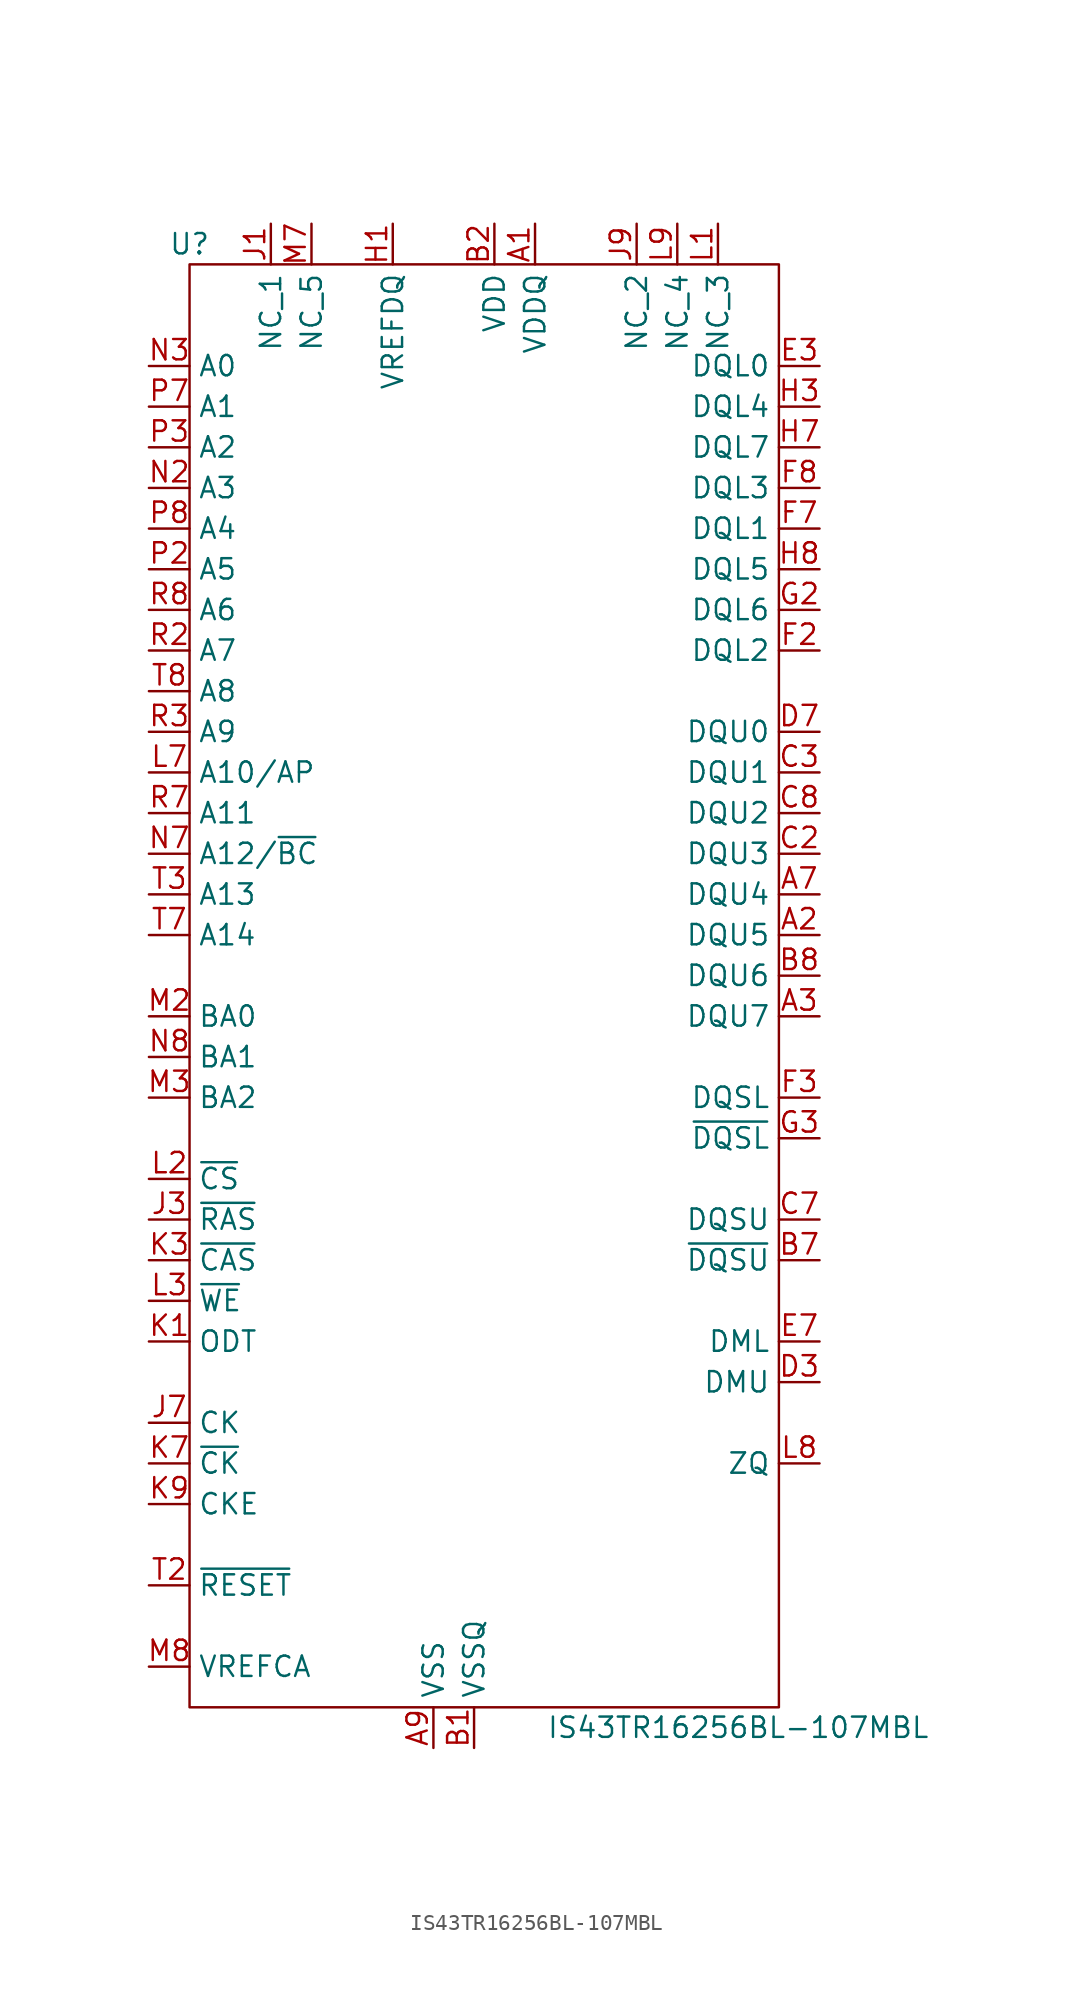
<source format=kicad_sym>
(kicad_symbol_lib
  (version 20211014)
  (generator kicad_symbol_editor)
  (symbol "IS43TR16256BL-107MBL"
    (property "Reference" "U"
      (at 2.54 8.89 0)
      (effects (font (size 1.27 1.27))))
    (property "Value" "IS43TR16256BL-107MBL"
      (at 36.83 -83.82 0)
      (effects (font (size 1.27 1.27))))
    (symbol "IS43TR16256BL-107MBL_0_0"
      (pin power_in line (at 24.13 10.16 270) (length 2.54) (name "VDDQ" (effects (font (size 1.27 1.27)))) (number "A1" (effects (font (size 1.27 1.27)))))
      (pin bidirectional line (at 41.91 -34.29 180) (length 2.54) (name "DQU5" (effects (font (size 1.27 1.27)))) (number "A2" (effects (font (size 1.27 1.27)))))
      (pin bidirectional line (at 41.91 -39.37 180) (length 2.54) (name "DQU7" (effects (font (size 1.27 1.27)))) (number "A3" (effects (font (size 1.27 1.27)))))
      (pin bidirectional line (at 41.91 -31.75 180) (length 2.54) (name "DQU4" (effects (font (size 1.27 1.27)))) (number "A7" (effects (font (size 1.27 1.27)))))
      (pin power_in line (at 24.13 10.16 270) (length 2.54) hide (name "VDDQ" (effects (font (size 1.27 1.27)))) (number "A8" (effects (font (size 1.27 1.27)))))
      (pin power_in line (at 17.78 -85.09 90) (length 2.54) (name "VSS" (effects (font (size 1.27 1.27)))) (number "A9" (effects (font (size 1.27 1.27)))))
      (pin power_in line (at 20.32 -85.09 90) (length 2.54) (name "VSSQ" (effects (font (size 1.27 1.27)))) (number "B1" (effects (font (size 1.27 1.27)))))
      (pin power_in line (at 21.59 10.16 270) (length 2.54) (name "VDD" (effects (font (size 1.27 1.27)))) (number "B2" (effects (font (size 1.27 1.27)))))
      (pin power_in line (at 17.78 -85.09 90) (length 2.54) hide (name "VSS" (effects (font (size 1.27 1.27)))) (number "B3" (effects (font (size 1.27 1.27)))))
      (pin passive line (at 41.91 -54.61 180) (length 2.54) (name "~{DQSU}" (effects (font (size 1.27 1.27)))) (number "B7" (effects (font (size 1.27 1.27)))))
      (pin bidirectional line (at 41.91 -36.83 180) (length 2.54) (name "DQU6" (effects (font (size 1.27 1.27)))) (number "B8" (effects (font (size 1.27 1.27)))))
      (pin power_in line (at 20.32 -85.09 90) (length 2.54) hide (name "VSSQ" (effects (font (size 1.27 1.27)))) (number "B9" (effects (font (size 1.27 1.27)))))
      (pin power_in line (at 24.13 10.16 270) (length 2.54) hide (name "VDDQ" (effects (font (size 1.27 1.27)))) (number "C1" (effects (font (size 1.27 1.27)))))
      (pin bidirectional line (at 41.91 -29.21 180) (length 2.54) (name "DQU3" (effects (font (size 1.27 1.27)))) (number "C2" (effects (font (size 1.27 1.27)))))
      (pin bidirectional line (at 41.91 -24.13 180) (length 2.54) (name "DQU1" (effects (font (size 1.27 1.27)))) (number "C3" (effects (font (size 1.27 1.27)))))
      (pin passive line (at 41.91 -52.07 180) (length 2.54) (name "DQSU" (effects (font (size 1.27 1.27)))) (number "C7" (effects (font (size 1.27 1.27)))))
      (pin bidirectional line (at 41.91 -26.67 180) (length 2.54) (name "DQU2" (effects (font (size 1.27 1.27)))) (number "C8" (effects (font (size 1.27 1.27)))))
      (pin power_in line (at 24.13 10.16 270) (length 2.54) hide (name "VDDQ" (effects (font (size 1.27 1.27)))) (number "C9" (effects (font (size 1.27 1.27)))))
      (pin power_in line (at 20.32 -85.09 90) (length 2.54) hide (name "VSSQ" (effects (font (size 1.27 1.27)))) (number "D1" (effects (font (size 1.27 1.27)))))
      (pin power_in line (at 24.13 10.16 270) (length 2.54) hide (name "VDDQ" (effects (font (size 1.27 1.27)))) (number "D2" (effects (font (size 1.27 1.27)))))
      (pin passive line (at 41.91 -62.23 180) (length 2.54) (name "DMU" (effects (font (size 1.27 1.27)))) (number "D3" (effects (font (size 1.27 1.27)))))
      (pin bidirectional line (at 41.91 -21.59 180) (length 2.54) (name "DQU0" (effects (font (size 1.27 1.27)))) (number "D7" (effects (font (size 1.27 1.27)))))
      (pin power_in line (at 20.32 -85.09 90) (length 2.54) hide (name "VSSQ" (effects (font (size 1.27 1.27)))) (number "D8" (effects (font (size 1.27 1.27)))))
      (pin power_in line (at 21.59 10.16 270) (length 2.54) hide (name "VDD" (effects (font (size 1.27 1.27)))) (number "D9" (effects (font (size 1.27 1.27)))))
      (pin power_in line (at 17.78 -85.09 90) (length 2.54) hide (name "VSS" (effects (font (size 1.27 1.27)))) (number "E1" (effects (font (size 1.27 1.27)))))
      (pin power_in line (at 20.32 -85.09 90) (length 2.54) hide (name "VSSQ" (effects (font (size 1.27 1.27)))) (number "E2" (effects (font (size 1.27 1.27)))))
      (pin bidirectional line (at 41.91 1.27 180) (length 2.54) (name "DQL0" (effects (font (size 1.27 1.27)))) (number "E3" (effects (font (size 1.27 1.27)))))
      (pin passive line (at 41.91 -59.69 180) (length 2.54) (name "DML" (effects (font (size 1.27 1.27)))) (number "E7" (effects (font (size 1.27 1.27)))))
      (pin power_in line (at 20.32 -85.09 90) (length 2.54) hide (name "VSSQ" (effects (font (size 1.27 1.27)))) (number "E8" (effects (font (size 1.27 1.27)))))
      (pin power_in line (at 24.13 10.16 270) (length 2.54) hide (name "VDDQ" (effects (font (size 1.27 1.27)))) (number "E9" (effects (font (size 1.27 1.27)))))
      (pin power_in line (at 24.13 10.16 270) (length 2.54) hide (name "VDDQ" (effects (font (size 1.27 1.27)))) (number "F1" (effects (font (size 1.27 1.27)))))
      (pin bidirectional line (at 41.91 -16.51 180) (length 2.54) (name "DQL2" (effects (font (size 1.27 1.27)))) (number "F2" (effects (font (size 1.27 1.27)))))
      (pin passive line (at 41.91 -44.45 180) (length 2.54) (name "DQSL" (effects (font (size 1.27 1.27)))) (number "F3" (effects (font (size 1.27 1.27)))))
      (pin bidirectional line (at 41.91 -8.89 180) (length 2.54) (name "DQL1" (effects (font (size 1.27 1.27)))) (number "F7" (effects (font (size 1.27 1.27)))))
      (pin bidirectional line (at 41.91 -6.35 180) (length 2.54) (name "DQL3" (effects (font (size 1.27 1.27)))) (number "F8" (effects (font (size 1.27 1.27)))))
      (pin power_in line (at 20.32 -85.09 90) (length 2.54) hide (name "VSSQ" (effects (font (size 1.27 1.27)))) (number "F9" (effects (font (size 1.27 1.27)))))
      (pin power_in line (at 20.32 -85.09 90) (length 2.54) hide (name "VSSQ" (effects (font (size 1.27 1.27)))) (number "G1" (effects (font (size 1.27 1.27)))))
      (pin bidirectional line (at 41.91 -13.97 180) (length 2.54) (name "DQL6" (effects (font (size 1.27 1.27)))) (number "G2" (effects (font (size 1.27 1.27)))))
      (pin passive line (at 41.91 -46.99 180) (length 2.54) (name "~{DQSL}" (effects (font (size 1.27 1.27)))) (number "G3" (effects (font (size 1.27 1.27)))))
      (pin power_in line (at 21.59 10.16 270) (length 2.54) hide (name "VDD" (effects (font (size 1.27 1.27)))) (number "G7" (effects (font (size 1.27 1.27)))))
      (pin power_in line (at 17.78 -85.09 90) (length 2.54) hide (name "VSS" (effects (font (size 1.27 1.27)))) (number "G8" (effects (font (size 1.27 1.27)))))
      (pin power_in line (at 20.32 -85.09 90) (length 2.54) hide (name "VSSQ" (effects (font (size 1.27 1.27)))) (number "G9" (effects (font (size 1.27 1.27)))))
      (pin passive line (at 15.24 10.16 270) (length 2.54) (name "VREFDQ" (effects (font (size 1.27 1.27)))) (number "H1" (effects (font (size 1.27 1.27)))))
      (pin power_in line (at 24.13 10.16 270) (length 2.54) hide (name "VDDQ" (effects (font (size 1.27 1.27)))) (number "H2" (effects (font (size 1.27 1.27)))))
      (pin bidirectional line (at 41.91 -1.27 180) (length 2.54) (name "DQL4" (effects (font (size 1.27 1.27)))) (number "H3" (effects (font (size 1.27 1.27)))))
      (pin bidirectional line (at 41.91 -3.81 180) (length 2.54) (name "DQL7" (effects (font (size 1.27 1.27)))) (number "H7" (effects (font (size 1.27 1.27)))))
      (pin bidirectional line (at 41.91 -11.43 180) (length 2.54) (name "DQL5" (effects (font (size 1.27 1.27)))) (number "H8" (effects (font (size 1.27 1.27)))))
      (pin power_in line (at 24.13 10.16 270) (length 2.54) hide (name "VDDQ" (effects (font (size 1.27 1.27)))) (number "H9" (effects (font (size 1.27 1.27)))))
      (pin passive line (at 7.62 10.16 270) (length 2.54) (name "NC_1" (effects (font (size 1.27 1.27)))) (number "J1" (effects (font (size 1.27 1.27)))))
      (pin power_in line (at 17.78 -85.09 90) (length 2.54) hide (name "VSS" (effects (font (size 1.27 1.27)))) (number "J2" (effects (font (size 1.27 1.27)))))
      (pin input line (at 0 -52.07 0) (length 2.54) (name "~{RAS}" (effects (font (size 1.27 1.27)))) (number "J3" (effects (font (size 1.27 1.27)))))
      (pin input line (at 0 -64.77 0) (length 2.54) (name "CK" (effects (font (size 1.27 1.27)))) (number "J7" (effects (font (size 1.27 1.27)))))
      (pin power_in line (at 17.78 -85.09 90) (length 2.54) hide (name "VSS" (effects (font (size 1.27 1.27)))) (number "J8" (effects (font (size 1.27 1.27)))))
      (pin passive line (at 30.48 10.16 270) (length 2.54) (name "NC_2" (effects (font (size 1.27 1.27)))) (number "J9" (effects (font (size 1.27 1.27)))))
      (pin passive line (at 0 -59.69 0) (length 2.54) (name "ODT" (effects (font (size 1.27 1.27)))) (number "K1" (effects (font (size 1.27 1.27)))))
      (pin power_in line (at 21.59 10.16 270) (length 2.54) hide (name "VDD" (effects (font (size 1.27 1.27)))) (number "K2" (effects (font (size 1.27 1.27)))))
      (pin input line (at 0 -54.61 0) (length 2.54) (name "~{CAS}" (effects (font (size 1.27 1.27)))) (number "K3" (effects (font (size 1.27 1.27)))))
      (pin input line (at 0 -67.31 0) (length 2.54) (name "~{CK}" (effects (font (size 1.27 1.27)))) (number "K7" (effects (font (size 1.27 1.27)))))
      (pin power_in line (at 21.59 10.16 270) (length 2.54) hide (name "VDD" (effects (font (size 1.27 1.27)))) (number "K8" (effects (font (size 1.27 1.27)))))
      (pin input line (at 0 -69.85 0) (length 2.54) (name "CKE" (effects (font (size 1.27 1.27)))) (number "K9" (effects (font (size 1.27 1.27)))))
      (pin passive line (at 35.56 10.16 270) (length 2.54) (name "NC_3" (effects (font (size 1.27 1.27)))) (number "L1" (effects (font (size 1.27 1.27)))))
      (pin input line (at 0 -49.53 0) (length 2.54) (name "~{CS}" (effects (font (size 1.27 1.27)))) (number "L2" (effects (font (size 1.27 1.27)))))
      (pin input line (at 0 -57.15 0) (length 2.54) (name "~{WE}" (effects (font (size 1.27 1.27)))) (number "L3" (effects (font (size 1.27 1.27)))))
      (pin input line (at 0 -24.13 0) (length 2.54) (name "A10/AP" (effects (font (size 1.27 1.27)))) (number "L7" (effects (font (size 1.27 1.27)))))
      (pin passive line (at 41.91 -67.31 180) (length 2.54) (name "ZQ" (effects (font (size 1.27 1.27)))) (number "L8" (effects (font (size 1.27 1.27)))))
      (pin passive line (at 33.02 10.16 270) (length 2.54) (name "NC_4" (effects (font (size 1.27 1.27)))) (number "L9" (effects (font (size 1.27 1.27)))))
      (pin power_in line (at 17.78 -85.09 90) (length 2.54) hide (name "VSS" (effects (font (size 1.27 1.27)))) (number "M1" (effects (font (size 1.27 1.27)))))
      (pin input line (at 0 -39.37 0) (length 2.54) (name "BA0" (effects (font (size 1.27 1.27)))) (number "M2" (effects (font (size 1.27 1.27)))))
      (pin input line (at 0 -44.45 0) (length 2.54) (name "BA2" (effects (font (size 1.27 1.27)))) (number "M3" (effects (font (size 1.27 1.27)))))
      (pin passive line (at 10.16 10.16 270) (length 2.54) (name "NC_5" (effects (font (size 1.27 1.27)))) (number "M7" (effects (font (size 1.27 1.27)))))
      (pin passive line (at 0 -80.01 0) (length 2.54) (name "VREFCA" (effects (font (size 1.27 1.27)))) (number "M8" (effects (font (size 1.27 1.27)))))
      (pin power_in line (at 17.78 -85.09 90) (length 2.54) hide (name "VSS" (effects (font (size 1.27 1.27)))) (number "M9" (effects (font (size 1.27 1.27)))))
      (pin power_in line (at 21.59 10.16 270) (length 2.54) hide (name "VDD" (effects (font (size 1.27 1.27)))) (number "N1" (effects (font (size 1.27 1.27)))))
      (pin input line (at 0 -6.35 0) (length 2.54) (name "A3" (effects (font (size 1.27 1.27)))) (number "N2" (effects (font (size 1.27 1.27)))))
      (pin input line (at 0 1.27 0) (length 2.54) (name "A0" (effects (font (size 1.27 1.27)))) (number "N3" (effects (font (size 1.27 1.27)))))
      (pin input line (at 0 -29.21 0) (length 2.54) (name "A12/~{BC}" (effects (font (size 1.27 1.27)))) (number "N7" (effects (font (size 1.27 1.27)))))
      (pin input line (at 0 -41.91 0) (length 2.54) (name "BA1" (effects (font (size 1.27 1.27)))) (number "N8" (effects (font (size 1.27 1.27)))))
      (pin power_in line (at 21.59 10.16 270) (length 2.54) hide (name "VDD" (effects (font (size 1.27 1.27)))) (number "N9" (effects (font (size 1.27 1.27)))))
      (pin power_in line (at 17.78 -85.09 90) (length 2.54) hide (name "VSS" (effects (font (size 1.27 1.27)))) (number "P1" (effects (font (size 1.27 1.27)))))
      (pin input line (at 0 -11.43 0) (length 2.54) (name "A5" (effects (font (size 1.27 1.27)))) (number "P2" (effects (font (size 1.27 1.27)))))
      (pin input line (at 0 -3.81 0) (length 2.54) (name "A2" (effects (font (size 1.27 1.27)))) (number "P3" (effects (font (size 1.27 1.27)))))
      (pin input line (at 0 -1.27 0) (length 2.54) (name "A1" (effects (font (size 1.27 1.27)))) (number "P7" (effects (font (size 1.27 1.27)))))
      (pin input line (at 0 -8.89 0) (length 2.54) (name "A4" (effects (font (size 1.27 1.27)))) (number "P8" (effects (font (size 1.27 1.27)))))
      (pin power_in line (at 17.78 -85.09 90) (length 2.54) hide (name "VSS" (effects (font (size 1.27 1.27)))) (number "P9" (effects (font (size 1.27 1.27)))))
      (pin power_in line (at 21.59 10.16 270) (length 2.54) hide (name "VDD" (effects (font (size 1.27 1.27)))) (number "R1" (effects (font (size 1.27 1.27)))))
      (pin input line (at 0 -16.51 0) (length 2.54) (name "A7" (effects (font (size 1.27 1.27)))) (number "R2" (effects (font (size 1.27 1.27)))))
      (pin input line (at 0 -21.59 0) (length 2.54) (name "A9" (effects (font (size 1.27 1.27)))) (number "R3" (effects (font (size 1.27 1.27)))))
      (pin input line (at 0 -26.67 0) (length 2.54) (name "A11" (effects (font (size 1.27 1.27)))) (number "R7" (effects (font (size 1.27 1.27)))))
      (pin input line (at 0 -13.97 0) (length 2.54) (name "A6" (effects (font (size 1.27 1.27)))) (number "R8" (effects (font (size 1.27 1.27)))))
      (pin power_in line (at 21.59 10.16 270) (length 2.54) hide (name "VDD" (effects (font (size 1.27 1.27)))) (number "R9" (effects (font (size 1.27 1.27)))))
      (pin power_in line (at 17.78 -85.09 90) (length 2.54) hide (name "VSS" (effects (font (size 1.27 1.27)))) (number "T1" (effects (font (size 1.27 1.27)))))
      (pin input line (at 0 -74.93 0) (length 2.54) (name "~{RESET}" (effects (font (size 1.27 1.27)))) (number "T2" (effects (font (size 1.27 1.27)))))
      (pin input line (at 0 -31.75 0) (length 2.54) (name "A13" (effects (font (size 1.27 1.27)))) (number "T3" (effects (font (size 1.27 1.27)))))
      (pin input line (at 0 -34.29 0) (length 2.54) (name "A14" (effects (font (size 1.27 1.27)))) (number "T7" (effects (font (size 1.27 1.27)))))
      (pin input line (at 0 -19.05 0) (length 2.54) (name "A8" (effects (font (size 1.27 1.27)))) (number "T8" (effects (font (size 1.27 1.27)))))
      (pin power_in line (at 17.78 -85.09 90) (length 2.54) hide (name "VSS" (effects (font (size 1.27 1.27)))) (number "T9" (effects (font (size 1.27 1.27))))))
    (symbol "IS43TR16256BL-107MBL_0_1"
      (rectangle (start 2.54 7.62) (end 39.37 -82.55) (stroke (width 0) (type default) (color 0 0 0 0)) (fill (type none))))))
</source>
